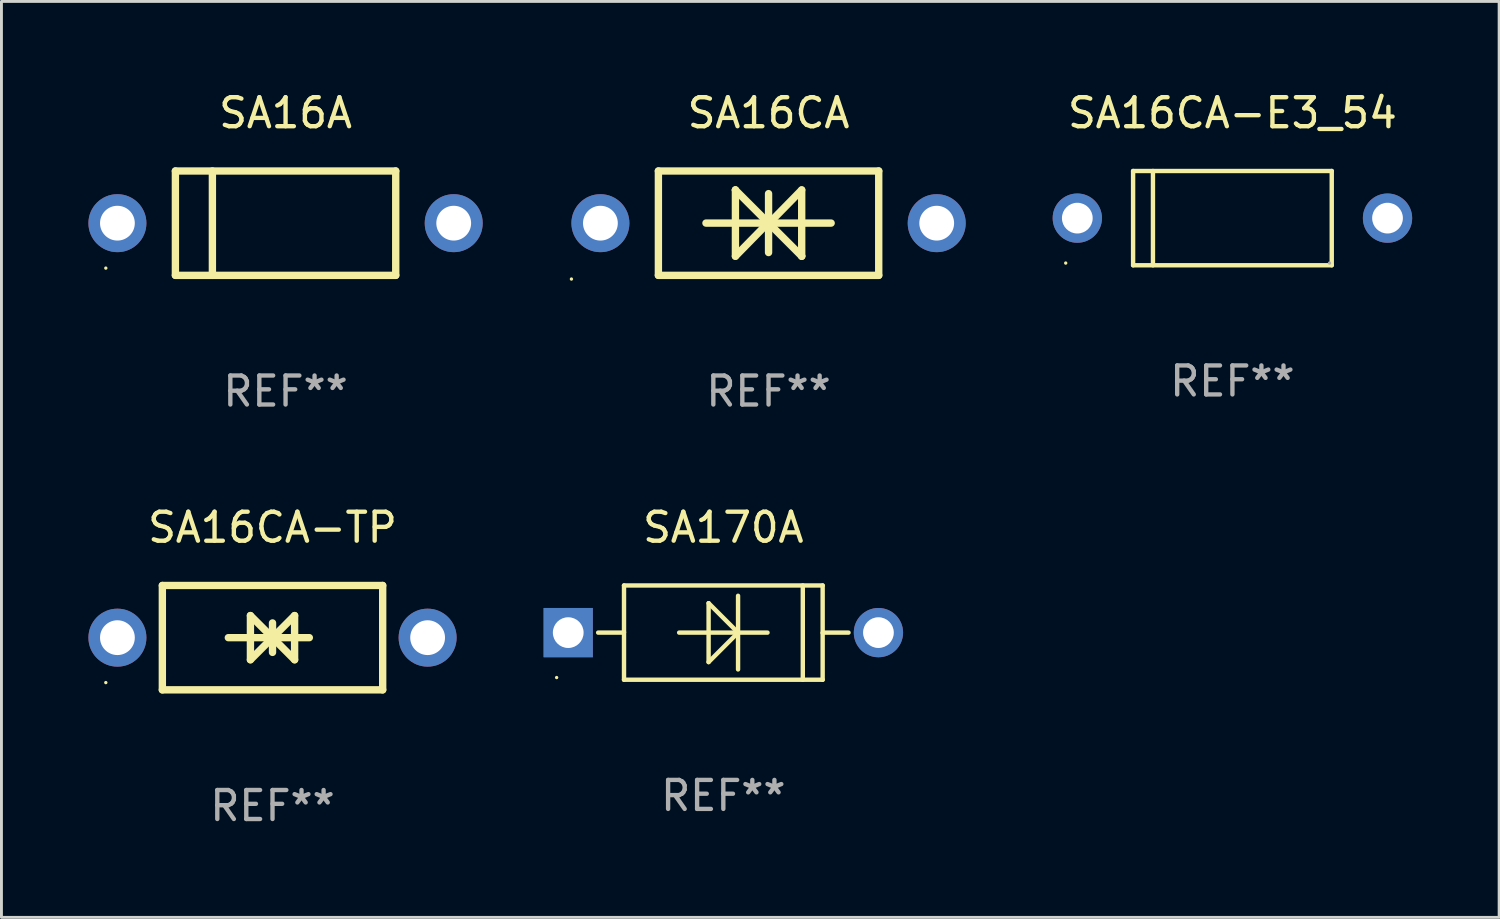
<source format=kicad_pcb>
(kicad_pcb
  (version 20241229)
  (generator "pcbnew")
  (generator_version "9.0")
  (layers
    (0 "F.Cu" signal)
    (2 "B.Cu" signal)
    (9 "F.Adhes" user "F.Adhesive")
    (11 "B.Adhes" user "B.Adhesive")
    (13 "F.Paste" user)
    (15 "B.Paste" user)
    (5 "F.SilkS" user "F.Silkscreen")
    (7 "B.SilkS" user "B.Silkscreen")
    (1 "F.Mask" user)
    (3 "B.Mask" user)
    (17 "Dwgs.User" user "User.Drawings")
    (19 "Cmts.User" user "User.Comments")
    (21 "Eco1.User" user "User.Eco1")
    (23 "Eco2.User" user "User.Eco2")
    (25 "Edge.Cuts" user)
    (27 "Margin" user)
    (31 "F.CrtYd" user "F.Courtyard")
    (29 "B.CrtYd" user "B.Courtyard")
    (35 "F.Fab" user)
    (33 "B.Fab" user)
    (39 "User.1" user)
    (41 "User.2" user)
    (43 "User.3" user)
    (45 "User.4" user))
  (footprint "SA170A"
    (layer "F.Cu")
    (at 21.9 18.771)
    (property "Reference" "SA170A" (at 0 -3.626 0) (layer "F.SilkS") (effects (font (size 1 1) (thickness 0.15))))
    (attr through_hole)
    (fp_line (start -3.436 0) (end -4.318 0) (stroke (width 0.152) (type solid)) (layer "F.SilkS"))
    (fp_line (start -3.426 -0.01) (end -3.436 0) (stroke (width 0.152) (type solid)) (layer "F.SilkS"))
    (fp_line (start -3.426 -1.626) (end 3.426 -1.626) (stroke (width 0.152) (type solid)) (layer "F.SilkS"))
    (fp_line (start -3.426 1.626) (end -3.426 -1.626) (stroke (width 0.152) (type solid)) (layer "F.SilkS"))
    (fp_line (start -0.508 -1.016) (end 0.508 0) (stroke (width 0.152) (type solid)) (layer "F.SilkS"))
    (fp_line (start -0.508 1.016) (end -0.508 -1.016) (stroke (width 0.152) (type solid)) (layer "F.SilkS"))
    (fp_line (start 0.508 0) (end -0.508 1.016) (stroke (width 0.152) (type solid)) (layer "F.SilkS"))
    (fp_line (start 0.508 1.27) (end 0.508 -1.27) (stroke (width 0.152) (type solid)) (layer "F.SilkS"))
    (fp_line (start 1.524 0) (end -1.524 0) (stroke (width 0.152) (type solid)) (layer "F.SilkS"))
    (fp_line (start 2.741 1.626) (end 2.741 -1.626) (stroke (width 0.152) (type solid)) (layer "F.SilkS"))
    (fp_line (start 3.426 -1.626) (end 3.426 1.626) (stroke (width 0.152) (type solid)) (layer "F.SilkS"))
    (fp_line (start 3.426 0.01) (end 3.436 0) (stroke (width 0.152) (type solid)) (layer "F.SilkS"))
    (fp_line (start 3.426 1.626) (end -3.426 1.626) (stroke (width 0.152) (type solid)) (layer "F.SilkS"))
    (fp_line (start 3.436 0) (end 4.318 0) (stroke (width 0.152) (type solid)) (layer "F.SilkS"))
    (fp_circle (center -5.75 1.55) (end -5.72 1.55) (stroke (width 0.06) (type solid)) (fill no) (layer "F.SilkS"))
    (fp_text user "REF**" (at 0 5.626 0) (layer "F.Fab") (effects (font (size 1 1) (thickness 0.15))))
    (pad "1" thru_hole rect (at -5.35 0) (size 1.7 1.7) (drill 1.06) (layers "*.Cu" "*.Mask"))
    (pad "2" thru_hole circle (at 5.35 0) (size 1.7 1.7) (drill 1.06) (layers "*.Cu" "*.Mask")))
  (footprint "SA16CA-E3_54"
    (layer "F.Cu")
    (at 39.46 4.474)
    (property "Reference" "SA16CA-E3_54" (at 0 -3.626 0) (layer "F.SilkS") (effects (font (size 1 1) (thickness 0.15))))
    (attr through_hole)
    (fp_line (start -3.426 -1.626) (end 3.426 -1.626) (stroke (width 0.152) (type solid)) (layer "F.SilkS"))
    (fp_line (start -3.426 1.626) (end -3.426 -1.626) (stroke (width 0.152) (type solid)) (layer "F.SilkS"))
    (fp_line (start -2.741 -1.626) (end -2.741 1.626) (stroke (width 0.152) (type solid)) (layer "F.SilkS"))
    (fp_line (start 3.426 -1.626) (end 3.426 1.626) (stroke (width 0.152) (type solid)) (layer "F.SilkS"))
    (fp_line (start 3.426 1.626) (end -3.426 1.626) (stroke (width 0.152) (type solid)) (layer "F.SilkS"))
    (fp_circle (center -5.75 1.55) (end -5.72 1.55) (stroke (width 0.06) (type solid)) (fill no) (layer "F.SilkS"))
    (fp_circle (center 3.35 1.55) (end 3.38 1.55) (stroke (width 0.06) (type solid)) (fill no) (layer "F.Fab"))
    (fp_text user "REF**" (at 0 5.626 0) (layer "F.Fab") (effects (font (size 1 1) (thickness 0.15))))
    (pad "1" thru_hole circle (at -5.35 -0.000013) (size 1.7 1.7) (drill 1.06) (layers "*.Cu" "*.Mask"))
    (pad "2" thru_hole circle (at 5.35 -0.000013) (size 1.7 1.7) (drill 1.06) (layers "*.Cu" "*.Mask")))
  (footprint "SA16CA-TP"
    (layer "F.Cu")
    (at 6.35 18.945)
    (property "Reference" "SA16CA-TP" (at 0 -3.8 0) (layer "F.SilkS") (effects (font (size 1 1) (thickness 0.15))))
    (attr through_hole)
    (fp_line (start -3.8 -1.8) (end -3.8 1.8) (stroke (width 0.254) (type solid)) (layer "F.SilkS"))
    (fp_line (start -3.8 -1.8) (end 3.8 -1.8) (stroke (width 0.254) (type solid)) (layer "F.SilkS"))
    (fp_line (start -3.8 1.8) (end 3.8 1.8) (stroke (width 0.254) (type solid)) (layer "F.SilkS"))
    (fp_line (start -1.524 0) (end 1.27 0) (stroke (width 0.254) (type solid)) (layer "F.SilkS"))
    (fp_line (start -0.762 -0.762) (end 0.762 0.762) (stroke (width 0.254) (type solid)) (layer "F.SilkS"))
    (fp_line (start -0.762 0.762) (end -0.762 -0.762) (stroke (width 0.254) (type solid)) (layer "F.SilkS"))
    (fp_line (start 0 -0.508) (end 0 0.508) (stroke (width 0.254) (type solid)) (layer "F.SilkS"))
    (fp_line (start 0.762 -0.762) (end -0.762 0.762) (stroke (width 0.254) (type solid)) (layer "F.SilkS"))
    (fp_line (start 0.762 0.762) (end 0.762 -0.762) (stroke (width 0.254) (type solid)) (layer "F.SilkS"))
    (fp_line (start 3.8 -1.8) (end 3.8 1.8) (stroke (width 0.254) (type solid)) (layer "F.SilkS"))
    (fp_circle (center -5.75 1.55) (end -5.72 1.55) (stroke (width 0.06) (type solid)) (fill no) (layer "F.SilkS"))
    (fp_text user "REF**" (at 0 5.8 0) (layer "F.Fab") (effects (font (size 1 1) (thickness 0.15))))
    (pad "1" thru_hole circle (at -5.35 0) (size 2 2) (drill 1.2) (layers "*.Cu" "*.Mask"))
    (pad "2" thru_hole circle (at 5.35 0) (size 2 2) (drill 1.2) (layers "*.Cu" "*.Mask")))
  (footprint "SA16CA"
    (layer "F.Cu")
    (at 23.46 4.648)
    (property "Reference" "SA16CA" (at 0 -3.8 0) (layer "F.SilkS") (effects (font (size 1 1) (thickness 0.15))))
    (attr through_hole)
    (fp_line (start -3.8 -1.8) (end -3.8 1.8) (stroke (width 0.254) (type solid)) (layer "F.SilkS"))
    (fp_line (start -3.8 -1.8) (end 3.8 -1.8) (stroke (width 0.254) (type solid)) (layer "F.SilkS"))
    (fp_line (start -3.8 1.8) (end 3.8 1.8) (stroke (width 0.254) (type solid)) (layer "F.SilkS"))
    (fp_line (start -2.159 -0.003) (end 2.159 -0.003) (stroke (width 0.254) (type solid)) (layer "F.SilkS"))
    (fp_line (start -1.143 -1.146) (end -1.143 1.14) (stroke (width 0.254) (type solid)) (layer "F.SilkS"))
    (fp_line (start -1.143 -1.143) (end -1.143 -1.146) (stroke (width 0.254) (type solid)) (layer "F.SilkS"))
    (fp_line (start 0 -1.019) (end 0 1.013) (stroke (width 0.254) (type solid)) (layer "F.SilkS"))
    (fp_line (start 0 -0.026) (end -1.143 1.14) (stroke (width 0.254) (type solid)) (layer "F.SilkS"))
    (fp_line (start 0 -0.006) (end 1.143 1.137) (stroke (width 0.254) (type solid)) (layer "F.SilkS"))
    (fp_line (start 0 0) (end -1.143 -1.143) (stroke (width 0.254) (type solid)) (layer "F.SilkS"))
    (fp_line (start 0 0.02) (end 1.143 -1.146) (stroke (width 0.254) (type solid)) (layer "F.SilkS"))
    (fp_line (start 1.143 1.137) (end 1.143 1.14) (stroke (width 0.254) (type solid)) (layer "F.SilkS"))
    (fp_line (start 1.143 1.14) (end 1.143 -1.146) (stroke (width 0.254) (type solid)) (layer "F.SilkS"))
    (fp_line (start 3.8 -1.8) (end 3.8 1.8) (stroke (width 0.254) (type solid)) (layer "F.SilkS"))
    (fp_circle (center -6.8 1.927) (end -6.77 1.927) (stroke (width 0.06) (type solid)) (fill no) (layer "F.SilkS"))
    (fp_text user "REF**" (at 0 5.8 0) (layer "F.Fab") (effects (font (size 1 1) (thickness 0.15))))
    (pad "1" thru_hole circle (at -5.8 0) (size 2 2) (drill 1.2) (layers "*.Cu" "*.Mask"))
    (pad "2" thru_hole circle (at 5.8 0) (size 2 2) (drill 1.2) (layers "*.Cu" "*.Mask")))
  (footprint "SA16A"
    (layer "F.Cu")
    (at 6.8 4.648)
    (property "Reference" "SA16A" (at 0 -3.8 0) (layer "F.SilkS") (effects (font (size 1 1) (thickness 0.15))))
    (attr through_hole)
    (fp_line (start -3.8 -1.8) (end -3.8 1.8) (stroke (width 0.254) (type solid)) (layer "F.SilkS"))
    (fp_line (start -3.8 -1.8) (end 3.8 -1.8) (stroke (width 0.254) (type solid)) (layer "F.SilkS"))
    (fp_line (start -3.8 1.8) (end 3.8 1.8) (stroke (width 0.254) (type solid)) (layer "F.SilkS"))
    (fp_line (start -2.524 -1.8) (end -2.524 1.8) (stroke (width 0.254) (type solid)) (layer "F.SilkS"))
    (fp_line (start 3.8 -1.8) (end 3.8 1.8) (stroke (width 0.254) (type solid)) (layer "F.SilkS"))
    (fp_circle (center -6.2 1.55) (end -6.17 1.55) (stroke (width 0.06) (type solid)) (fill no) (layer "F.SilkS"))
    (fp_text user "REF**" (at 0 5.8 0) (layer "F.Fab") (effects (font (size 1 1) (thickness 0.15))))
    (pad "1" thru_hole circle (at -5.8 0) (size 2 2) (drill 1.2) (layers "*.Cu" "*.Mask"))
    (pad "2" thru_hole circle (at 5.8 0) (size 2 2) (drill 1.2) (layers "*.Cu" "*.Mask")))
  (gr_rect
    (start -3 -3)
    (end 48.66 28.593)
    (stroke (width 0.1) (type default))
    (fill no)
    (layer "Edge.Cuts")))
</source>
